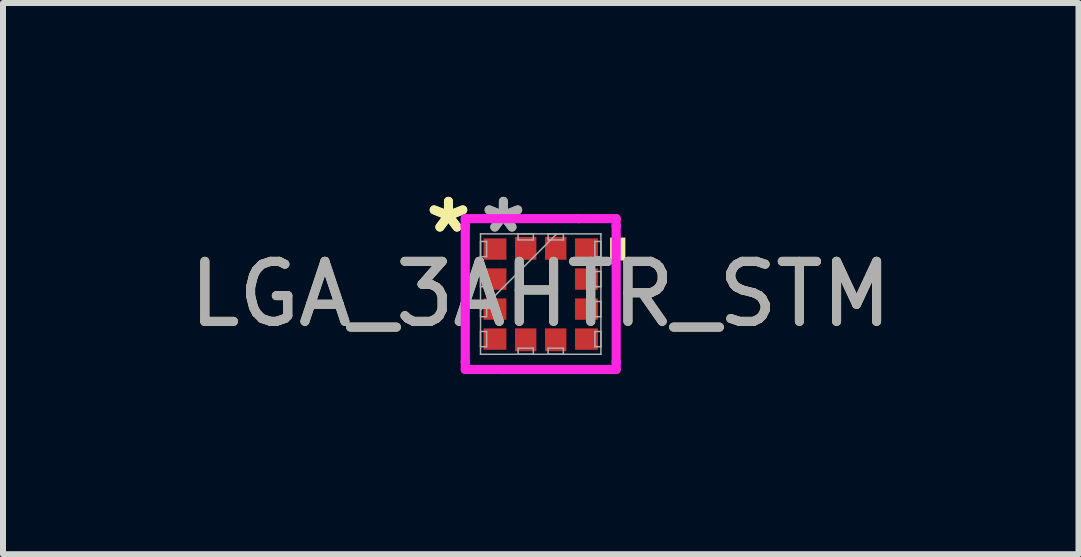
<source format=kicad_pcb>
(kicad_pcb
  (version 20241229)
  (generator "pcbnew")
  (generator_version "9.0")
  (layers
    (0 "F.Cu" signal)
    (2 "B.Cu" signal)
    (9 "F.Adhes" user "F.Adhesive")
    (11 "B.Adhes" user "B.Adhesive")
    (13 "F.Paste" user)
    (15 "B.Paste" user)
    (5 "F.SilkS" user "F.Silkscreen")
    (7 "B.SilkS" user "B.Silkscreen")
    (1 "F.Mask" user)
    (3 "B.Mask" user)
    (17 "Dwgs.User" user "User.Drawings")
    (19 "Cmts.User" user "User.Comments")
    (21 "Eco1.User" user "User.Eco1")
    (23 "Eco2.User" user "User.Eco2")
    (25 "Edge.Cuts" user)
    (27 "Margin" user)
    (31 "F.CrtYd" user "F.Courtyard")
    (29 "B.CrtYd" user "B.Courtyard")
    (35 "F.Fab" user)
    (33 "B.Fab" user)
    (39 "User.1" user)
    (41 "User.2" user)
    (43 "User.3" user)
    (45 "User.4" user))
  (footprint "LGA_3AHTR_STM"
    (layer "F.Cu")
    (at 5.958 1.849)
    (property "Reference" "LGA_3AHTR_STM" (at 0 0 0) (unlocked yes) (layer "F.SilkS") (effects (font (size 1 1) (thickness 0.15))))
    (attr smd)
    (fp_poly (pts (xy 1.41 -0.941) (xy 1.41 -0.56) (xy 1.156 -0.56) (xy 1.156 -0.941)) (stroke (width 0) (type solid)) (fill yes) (layer "F.SilkS"))
    (fp_line (start -1.257 -1.257) (end -0.631 -1.257) (stroke (width 0.152) (type solid)) (layer "F.CrtYd"))
    (fp_line (start -1.257 -1.131) (end -1.257 -1.257) (stroke (width 0.152) (type solid)) (layer "F.CrtYd"))
    (fp_line (start -1.257 -1.131) (end -1.257 -1.131) (stroke (width 0.152) (type solid)) (layer "F.CrtYd"))
    (fp_line (start -1.257 1.131) (end -1.257 -1.131) (stroke (width 0.152) (type solid)) (layer "F.CrtYd"))
    (fp_line (start -1.257 1.131) (end -1.257 1.131) (stroke (width 0.152) (type solid)) (layer "F.CrtYd"))
    (fp_line (start -1.257 1.257) (end -1.257 1.131) (stroke (width 0.152) (type solid)) (layer "F.CrtYd"))
    (fp_line (start -0.631 -1.257) (end -0.631 -1.257) (stroke (width 0.152) (type solid)) (layer "F.CrtYd"))
    (fp_line (start -0.631 -1.257) (end 0.631 -1.257) (stroke (width 0.152) (type solid)) (layer "F.CrtYd"))
    (fp_line (start -0.631 1.257) (end -1.257 1.257) (stroke (width 0.152) (type solid)) (layer "F.CrtYd"))
    (fp_line (start -0.631 1.257) (end -0.631 1.257) (stroke (width 0.152) (type solid)) (layer "F.CrtYd"))
    (fp_line (start 0.631 -1.257) (end 0.631 -1.257) (stroke (width 0.152) (type solid)) (layer "F.CrtYd"))
    (fp_line (start 0.631 -1.257) (end 1.257 -1.257) (stroke (width 0.152) (type solid)) (layer "F.CrtYd"))
    (fp_line (start 0.631 1.257) (end -0.631 1.257) (stroke (width 0.152) (type solid)) (layer "F.CrtYd"))
    (fp_line (start 0.631 1.257) (end 0.631 1.257) (stroke (width 0.152) (type solid)) (layer "F.CrtYd"))
    (fp_line (start 1.257 -1.257) (end 1.257 -1.131) (stroke (width 0.152) (type solid)) (layer "F.CrtYd"))
    (fp_line (start 1.257 -1.131) (end 1.257 -1.131) (stroke (width 0.152) (type solid)) (layer "F.CrtYd"))
    (fp_line (start 1.257 -1.131) (end 1.257 1.131) (stroke (width 0.152) (type solid)) (layer "F.CrtYd"))
    (fp_line (start 1.257 1.131) (end 1.257 1.131) (stroke (width 0.152) (type solid)) (layer "F.CrtYd"))
    (fp_line (start 1.257 1.131) (end 1.257 1.257) (stroke (width 0.152) (type solid)) (layer "F.CrtYd"))
    (fp_line (start 1.257 1.257) (end 0.631 1.257) (stroke (width 0.152) (type solid)) (layer "F.CrtYd"))
    (fp_line (start -1.003 -1.003) (end -1.003 -1.003) (stroke (width 0.025) (type solid)) (layer "F.Fab"))
    (fp_line (start -1.003 -1.003) (end -1.003 1.003) (stroke (width 0.025) (type solid)) (layer "F.Fab"))
    (fp_line (start -1.003 -0.877) (end -0.902 -0.877) (stroke (width 0.025) (type solid)) (layer "F.Fab"))
    (fp_line (start -1.003 -0.623) (end -1.003 -0.877) (stroke (width 0.025) (type solid)) (layer "F.Fab"))
    (fp_line (start -1.003 -0.377) (end -0.902 -0.377) (stroke (width 0.025) (type solid)) (layer "F.Fab"))
    (fp_line (start -1.003 -0.123) (end -1.003 -0.377) (stroke (width 0.025) (type solid)) (layer "F.Fab"))
    (fp_line (start -1.003 0.123) (end -0.902 0.123) (stroke (width 0.025) (type solid)) (layer "F.Fab"))
    (fp_line (start -1.003 0.267) (end 0.267 -1.003) (stroke (width 0.025) (type solid)) (layer "F.Fab"))
    (fp_line (start -1.003 0.377) (end -1.003 0.123) (stroke (width 0.025) (type solid)) (layer "F.Fab"))
    (fp_line (start -1.003 0.623) (end -0.902 0.623) (stroke (width 0.025) (type solid)) (layer "F.Fab"))
    (fp_line (start -1.003 0.877) (end -1.003 0.623) (stroke (width 0.025) (type solid)) (layer "F.Fab"))
    (fp_line (start -1.003 1.003) (end -1.003 1.003) (stroke (width 0.025) (type solid)) (layer "F.Fab"))
    (fp_line (start -1.003 1.003) (end 1.003 1.003) (stroke (width 0.025) (type solid)) (layer "F.Fab"))
    (fp_line (start -0.902 -0.877) (end -0.902 -0.623) (stroke (width 0.025) (type solid)) (layer "F.Fab"))
    (fp_line (start -0.902 -0.623) (end -1.003 -0.623) (stroke (width 0.025) (type solid)) (layer "F.Fab"))
    (fp_line (start -0.902 -0.377) (end -0.902 -0.123) (stroke (width 0.025) (type solid)) (layer "F.Fab"))
    (fp_line (start -0.902 -0.123) (end -1.003 -0.123) (stroke (width 0.025) (type solid)) (layer "F.Fab"))
    (fp_line (start -0.902 0.123) (end -0.902 0.377) (stroke (width 0.025) (type solid)) (layer "F.Fab"))
    (fp_line (start -0.902 0.377) (end -1.003 0.377) (stroke (width 0.025) (type solid)) (layer "F.Fab"))
    (fp_line (start -0.902 0.623) (end -0.902 0.877) (stroke (width 0.025) (type solid)) (layer "F.Fab"))
    (fp_line (start -0.902 0.877) (end -1.003 0.877) (stroke (width 0.025) (type solid)) (layer "F.Fab"))
    (fp_line (start -0.377 -1.003) (end -0.123 -1.003) (stroke (width 0.025) (type solid)) (layer "F.Fab"))
    (fp_line (start -0.377 -0.902) (end -0.377 -1.003) (stroke (width 0.025) (type solid)) (layer "F.Fab"))
    (fp_line (start -0.377 0.902) (end -0.123 0.902) (stroke (width 0.025) (type solid)) (layer "F.Fab"))
    (fp_line (start -0.377 1.003) (end -0.377 0.902) (stroke (width 0.025) (type solid)) (layer "F.Fab"))
    (fp_line (start -0.123 -1.003) (end -0.123 -0.902) (stroke (width 0.025) (type solid)) (layer "F.Fab"))
    (fp_line (start -0.123 -0.902) (end -0.377 -0.902) (stroke (width 0.025) (type solid)) (layer "F.Fab"))
    (fp_line (start -0.123 0.902) (end -0.123 1.003) (stroke (width 0.025) (type solid)) (layer "F.Fab"))
    (fp_line (start -0.123 1.003) (end -0.377 1.003) (stroke (width 0.025) (type solid)) (layer "F.Fab"))
    (fp_line (start 0.123 -1.003) (end 0.377 -1.003) (stroke (width 0.025) (type solid)) (layer "F.Fab"))
    (fp_line (start 0.123 -0.902) (end 0.123 -1.003) (stroke (width 0.025) (type solid)) (layer "F.Fab"))
    (fp_line (start 0.123 0.902) (end 0.377 0.902) (stroke (width 0.025) (type solid)) (layer "F.Fab"))
    (fp_line (start 0.123 1.003) (end 0.123 0.902) (stroke (width 0.025) (type solid)) (layer "F.Fab"))
    (fp_line (start 0.377 -1.003) (end 0.377 -0.902) (stroke (width 0.025) (type solid)) (layer "F.Fab"))
    (fp_line (start 0.377 -0.902) (end 0.123 -0.902) (stroke (width 0.025) (type solid)) (layer "F.Fab"))
    (fp_line (start 0.377 0.902) (end 0.377 1.003) (stroke (width 0.025) (type solid)) (layer "F.Fab"))
    (fp_line (start 0.377 1.003) (end 0.123 1.003) (stroke (width 0.025) (type solid)) (layer "F.Fab"))
    (fp_line (start 0.902 -0.877) (end 1.003 -0.877) (stroke (width 0.025) (type solid)) (layer "F.Fab"))
    (fp_line (start 0.902 -0.623) (end 0.902 -0.877) (stroke (width 0.025) (type solid)) (layer "F.Fab"))
    (fp_line (start 0.902 -0.377) (end 1.003 -0.377) (stroke (width 0.025) (type solid)) (layer "F.Fab"))
    (fp_line (start 0.902 -0.123) (end 0.902 -0.377) (stroke (width 0.025) (type solid)) (layer "F.Fab"))
    (fp_line (start 0.902 0.123) (end 1.003 0.123) (stroke (width 0.025) (type solid)) (layer "F.Fab"))
    (fp_line (start 0.902 0.377) (end 0.902 0.123) (stroke (width 0.025) (type solid)) (layer "F.Fab"))
    (fp_line (start 0.902 0.623) (end 1.003 0.623) (stroke (width 0.025) (type solid)) (layer "F.Fab"))
    (fp_line (start 0.902 0.877) (end 0.902 0.623) (stroke (width 0.025) (type solid)) (layer "F.Fab"))
    (fp_line (start 1.003 -1.003) (end -1.003 -1.003) (stroke (width 0.025) (type solid)) (layer "F.Fab"))
    (fp_line (start 1.003 -1.003) (end 1.003 -1.003) (stroke (width 0.025) (type solid)) (layer "F.Fab"))
    (fp_line (start 1.003 -0.877) (end 1.003 -0.623) (stroke (width 0.025) (type solid)) (layer "F.Fab"))
    (fp_line (start 1.003 -0.623) (end 0.902 -0.623) (stroke (width 0.025) (type solid)) (layer "F.Fab"))
    (fp_line (start 1.003 -0.377) (end 1.003 -0.123) (stroke (width 0.025) (type solid)) (layer "F.Fab"))
    (fp_line (start 1.003 -0.123) (end 0.902 -0.123) (stroke (width 0.025) (type solid)) (layer "F.Fab"))
    (fp_line (start 1.003 0.123) (end 1.003 0.377) (stroke (width 0.025) (type solid)) (layer "F.Fab"))
    (fp_line (start 1.003 0.377) (end 0.902 0.377) (stroke (width 0.025) (type solid)) (layer "F.Fab"))
    (fp_line (start 1.003 0.623) (end 1.003 0.877) (stroke (width 0.025) (type solid)) (layer "F.Fab"))
    (fp_line (start 1.003 0.877) (end 0.902 0.877) (stroke (width 0.025) (type solid)) (layer "F.Fab"))
    (fp_line (start 1.003 1.003) (end 1.003 -1.003) (stroke (width 0.025) (type solid)) (layer "F.Fab"))
    (fp_line (start 1.003 1.003) (end 1.003 1.003) (stroke (width 0.025) (type solid)) (layer "F.Fab"))
    (fp_text user "*" (at -1.537 -1 0) (layer "F.SilkS") (effects (font (size 1 1) (thickness 0.15))))
    (fp_text user "*" (at -1.537 -1 0) (unlocked yes) (layer "F.SilkS") (effects (font (size 1 1) (thickness 0.15))))
    (fp_text user "*" (at -0.622 -1 0) (unlocked yes) (layer "F.Fab") (effects (font (size 1 1) (thickness 0.15))))
    (fp_text user "${REFERENCE}" (at 0 0 0) (unlocked yes) (layer "F.Fab") (effects (font (size 1 1) (thickness 0.15))))
    (fp_text user "*" (at -0.622 -1 0) (layer "F.Fab") (effects (font (size 1 1) (thickness 0.15))))
    (pad "1" smd rect (at -0.762 -0.75 90) (size 0.356 0.381) (layers "F.Cu" "F.Mask" "F.Paste"))
    (pad "2" smd rect (at -0.762 -0.25 90) (size 0.356 0.381) (layers "F.Cu" "F.Mask" "F.Paste"))
    (pad "3" smd rect (at -0.762 0.25 90) (size 0.356 0.381) (layers "F.Cu" "F.Mask" "F.Paste"))
    (pad "4" smd rect (at -0.762 0.75 90) (size 0.356 0.381) (layers "F.Cu" "F.Mask" "F.Paste"))
    (pad "5" smd rect (at -0.25 0.762) (size 0.356 0.381) (layers "F.Cu" "F.Mask" "F.Paste"))
    (pad "6" smd rect (at 0.25 0.762) (size 0.356 0.381) (layers "F.Cu" "F.Mask" "F.Paste"))
    (pad "7" smd rect (at 0.762 0.75 90) (size 0.356 0.381) (layers "F.Cu" "F.Mask" "F.Paste"))
    (pad "8" smd rect (at 0.762 0.25 90) (size 0.356 0.381) (layers "F.Cu" "F.Mask" "F.Paste"))
    (pad "9" smd rect (at 0.762 -0.25 90) (size 0.356 0.381) (layers "F.Cu" "F.Mask" "F.Paste"))
    (pad "10" smd rect (at 0.762 -0.75 90) (size 0.356 0.381) (layers "F.Cu" "F.Mask" "F.Paste"))
    (pad "11" smd rect (at 0.25 -0.762) (size 0.356 0.381) (layers "F.Cu" "F.Mask" "F.Paste"))
    (pad "12" smd rect (at -0.25 -0.762) (size 0.356 0.381) (layers "F.Cu" "F.Mask" "F.Paste")))
  (gr_rect
    (start -3 -3)
    (end 14.917 6.182)
    (stroke (width 0.1) (type default))
    (fill no)
    (layer "Edge.Cuts")))
</source>
